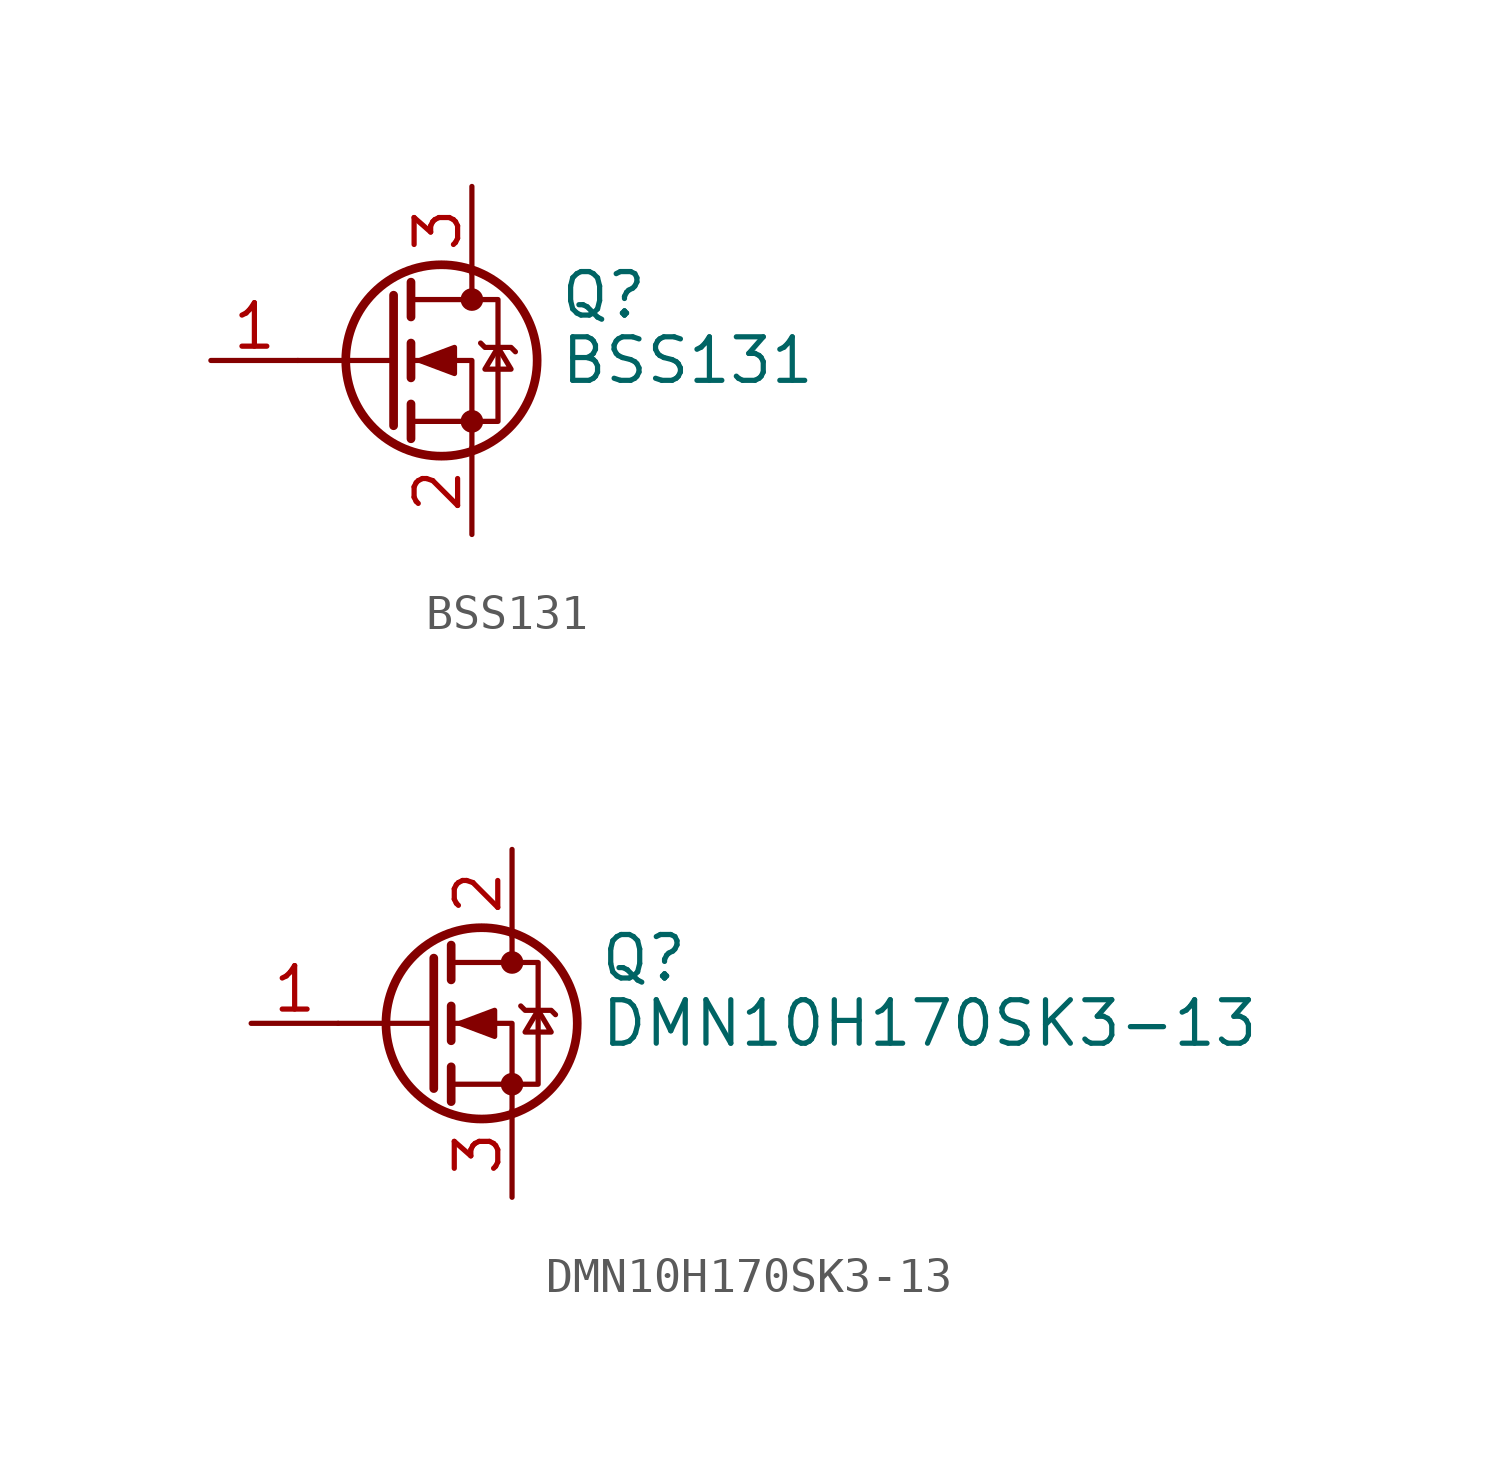
<source format=kicad_sym>
(kicad_symbol_lib
  (version 20231120)
  (generator "kicad_symbol_editor")
  (generator_version "8.0")
  (symbol "BSS131"
    (pin_names hide)
    (property "Reference" "Q"
      (at 5.08 1.905 0)
      (effects (font (size 1.27 1.27)) (justify left)))
    (property "Value" "BSS131"
      (at 5.08 0 0)
      (effects (font (size 1.27 1.27)) (justify left)))
    (symbol "BSS131_0_1"
      (polyline (pts (xy 0.254 0) (xy -2.54 0)) (stroke (width 0) (type default)) (fill (type none)))
      (polyline (pts (xy 0.254 1.905) (xy 0.254 -1.905)) (stroke (width 0.254) (type default)) (fill (type none)))
      (polyline (pts (xy 0.762 -1.27) (xy 0.762 -2.286)) (stroke (width 0.254) (type default)) (fill (type none)))
      (polyline (pts (xy 0.762 0.508) (xy 0.762 -0.508)) (stroke (width 0.254) (type default)) (fill (type none)))
      (polyline (pts (xy 0.762 2.286) (xy 0.762 1.27)) (stroke (width 0.254) (type default)) (fill (type none)))
      (polyline (pts (xy 2.54 2.54) (xy 2.54 1.778)) (stroke (width 0) (type default)) (fill (type none)))
      (polyline (pts (xy 2.54 -2.54) (xy 2.54 0) (xy 0.762 0)) (stroke (width 0) (type default)) (fill (type none)))
      (polyline (pts (xy 0.762 -1.778) (xy 3.302 -1.778) (xy 3.302 1.778) (xy 0.762 1.778)) (stroke (width 0) (type default)) (fill (type none)))
      (polyline (pts (xy 1.016 0) (xy 2.032 0.381) (xy 2.032 -0.381) (xy 1.016 0)) (stroke (width 0) (type default)) (fill (type outline)))
      (polyline (pts (xy 2.794 0.508) (xy 2.921 0.381) (xy 3.683 0.381) (xy 3.81 0.254)) (stroke (width 0) (type default)) (fill (type none)))
      (polyline (pts (xy 3.302 0.381) (xy 2.921 -0.254) (xy 3.683 -0.254) (xy 3.302 0.381)) (stroke (width 0) (type default)) (fill (type none)))
      (circle (center 1.651 0) (radius 2.794) (stroke (width 0.254) (type default)) (fill (type none)))
      (circle (center 2.54 -1.778) (radius 0.254) (stroke (width 0) (type default)) (fill (type outline)))
      (circle (center 2.54 1.778) (radius 0.254) (stroke (width 0) (type default)) (fill (type outline))))
    (symbol "BSS131_1_1"
      (pin input line (at -5.08 0 0) (length 2.54) (name "G" (effects (font (size 1.27 1.27)))) (number "1" (effects (font (size 1.27 1.27)))))
      (pin passive line (at 2.54 -5.08 90) (length 2.54) (name "S" (effects (font (size 1.27 1.27)))) (number "2" (effects (font (size 1.27 1.27)))))
      (pin passive line (at 2.54 5.08 270) (length 2.54) (name "D" (effects (font (size 1.27 1.27)))) (number "3" (effects (font (size 1.27 1.27)))))))
  (symbol "DMN10H170SK3-13"
    (pin_names hide)
    (property "Reference" "Q"
      (at 5.08 1.905 0)
      (effects (font (size 1.27 1.27)) (justify left)))
    (property "Value" "DMN10H170SK3-13"
      (at 5.08 0 0)
      (effects (font (size 1.27 1.27)) (justify left)))
    (symbol "DMN10H170SK3-13_0_1"
      (polyline (pts (xy 0.254 0) (xy -2.54 0)) (stroke (width 0) (type default)) (fill (type none)))
      (polyline (pts (xy 0.254 1.905) (xy 0.254 -1.905)) (stroke (width 0.254) (type default)) (fill (type none)))
      (polyline (pts (xy 0.762 -1.27) (xy 0.762 -2.286)) (stroke (width 0.254) (type default)) (fill (type none)))
      (polyline (pts (xy 0.762 0.508) (xy 0.762 -0.508)) (stroke (width 0.254) (type default)) (fill (type none)))
      (polyline (pts (xy 0.762 2.286) (xy 0.762 1.27)) (stroke (width 0.254) (type default)) (fill (type none)))
      (polyline (pts (xy 2.54 2.54) (xy 2.54 1.778)) (stroke (width 0) (type default)) (fill (type none)))
      (polyline (pts (xy 2.54 -2.54) (xy 2.54 0) (xy 0.762 0)) (stroke (width 0) (type default)) (fill (type none)))
      (polyline (pts (xy 0.762 -1.778) (xy 3.302 -1.778) (xy 3.302 1.778) (xy 0.762 1.778)) (stroke (width 0) (type default)) (fill (type none)))
      (polyline (pts (xy 1.016 0) (xy 2.032 0.381) (xy 2.032 -0.381) (xy 1.016 0)) (stroke (width 0) (type default)) (fill (type outline)))
      (polyline (pts (xy 2.794 0.508) (xy 2.921 0.381) (xy 3.683 0.381) (xy 3.81 0.254)) (stroke (width 0) (type default)) (fill (type none)))
      (polyline (pts (xy 3.302 0.381) (xy 2.921 -0.254) (xy 3.683 -0.254) (xy 3.302 0.381)) (stroke (width 0) (type default)) (fill (type none)))
      (circle (center 1.651 0) (radius 2.794) (stroke (width 0.254) (type default)) (fill (type none)))
      (circle (center 2.54 -1.778) (radius 0.254) (stroke (width 0) (type default)) (fill (type outline)))
      (circle (center 2.54 1.778) (radius 0.254) (stroke (width 0) (type default)) (fill (type outline))))
    (symbol "DMN10H170SK3-13_1_1"
      (pin input line (at -5.08 0 0) (length 2.54) (name "G" (effects (font (size 1.27 1.27)))) (number "1" (effects (font (size 1.27 1.27)))))
      (pin passive line (at 2.54 5.08 270) (length 2.54) (name "D" (effects (font (size 1.27 1.27)))) (number "2" (effects (font (size 1.27 1.27)))))
      (pin passive line (at 2.54 -5.08 90) (length 2.54) (name "S" (effects (font (size 1.27 1.27)))) (number "3" (effects (font (size 1.27 1.27))))))))
</source>
